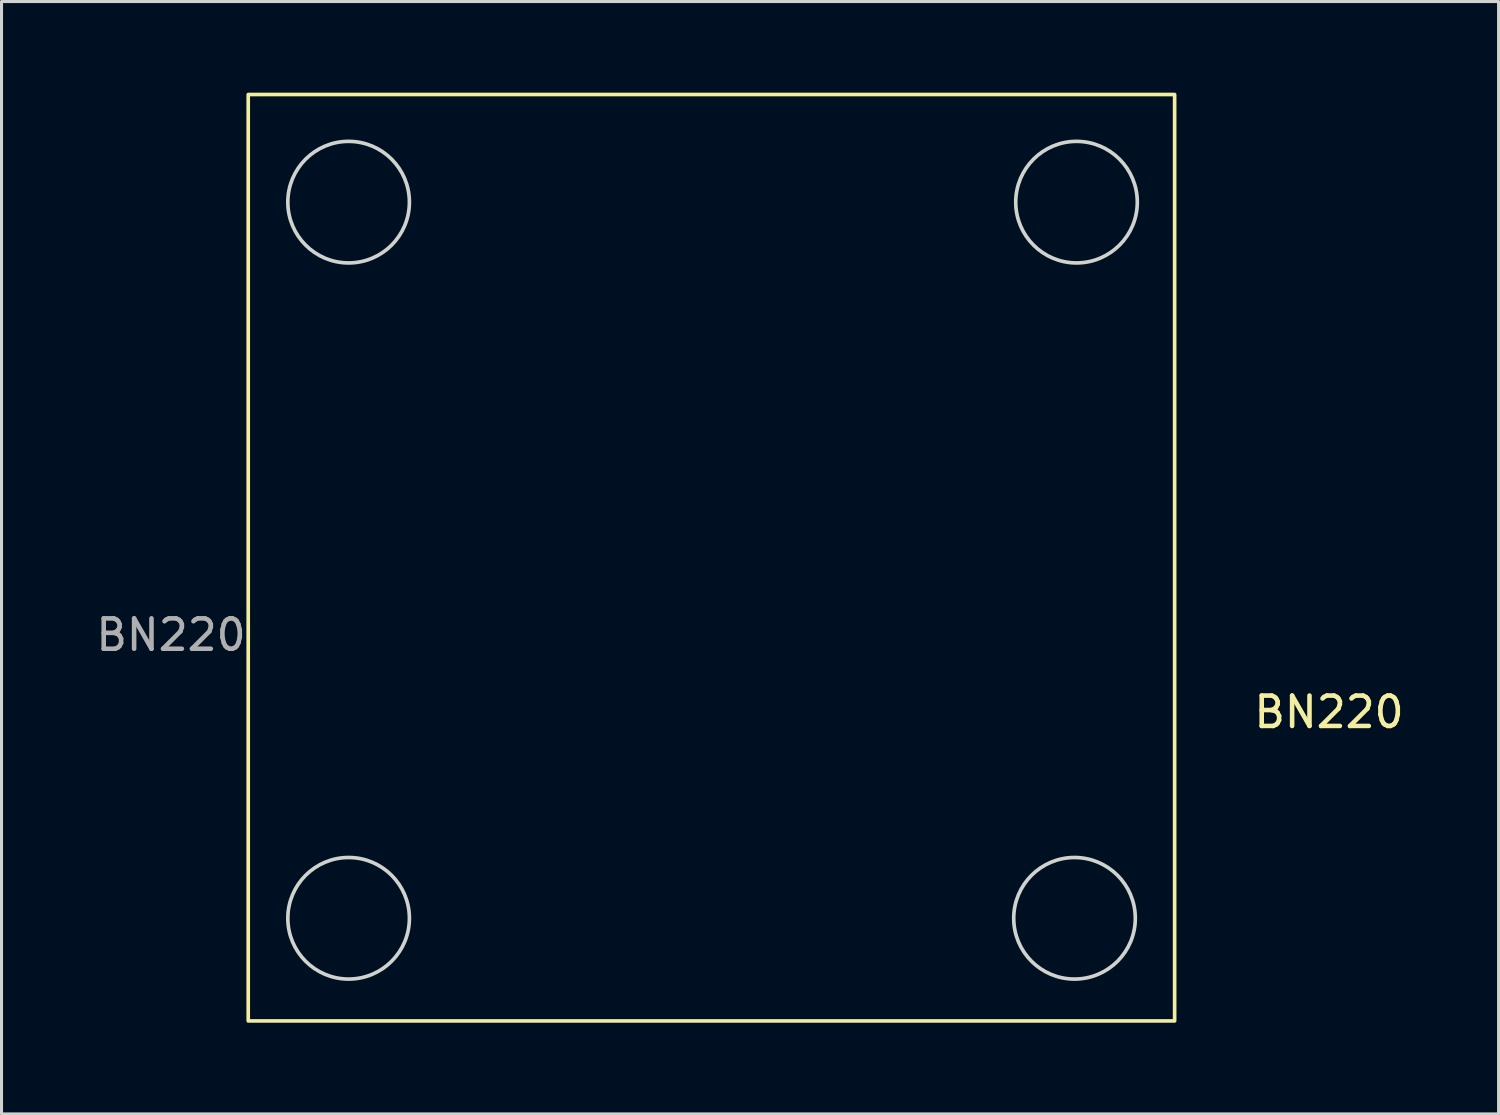
<source format=kicad_pcb>
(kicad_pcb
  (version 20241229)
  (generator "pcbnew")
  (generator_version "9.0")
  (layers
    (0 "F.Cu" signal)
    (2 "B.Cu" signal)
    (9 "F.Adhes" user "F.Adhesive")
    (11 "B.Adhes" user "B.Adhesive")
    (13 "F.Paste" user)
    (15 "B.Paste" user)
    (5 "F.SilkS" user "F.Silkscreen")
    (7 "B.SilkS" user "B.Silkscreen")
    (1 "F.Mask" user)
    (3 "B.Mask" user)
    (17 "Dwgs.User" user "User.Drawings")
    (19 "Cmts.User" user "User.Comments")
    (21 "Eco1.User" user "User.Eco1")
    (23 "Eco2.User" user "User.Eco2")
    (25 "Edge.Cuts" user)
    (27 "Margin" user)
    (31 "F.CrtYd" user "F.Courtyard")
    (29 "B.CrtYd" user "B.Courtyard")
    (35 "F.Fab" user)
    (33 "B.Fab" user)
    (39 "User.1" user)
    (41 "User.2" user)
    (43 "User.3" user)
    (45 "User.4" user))
  (footprint "BN220"
    (layer "F.Cu")
    (at 15.277 5.14)
    (property "Reference" "BN220" (at 25.4 15.24 0) (unlocked yes) (layer "F.SilkS") (effects (font (size 1 1) (thickness 0.15))))
    (attr smd)
    (fp_rect (start -10.16 -5.08) (end 20.32 25.4) (stroke (width 0.12) (type solid)) (fill no) (layer "F.SilkS"))
    (fp_circle (center -6.857 -1.539) (end -4.857 -1.539) (stroke (width 0.12) (type solid)) (fill no) (layer "Edge.Cuts"))
    (fp_circle (center -6.857 22.023) (end -4.857 22.023) (stroke (width 0.12) (type solid)) (fill no) (layer "Edge.Cuts"))
    (fp_circle (center 17.026 22.023) (end 19.026 22.023) (stroke (width 0.12) (type solid)) (fill no) (layer "Edge.Cuts"))
    (fp_circle (center 17.092 -1.539) (end 19.092 -1.539) (stroke (width 0.12) (type solid)) (fill no) (layer "Edge.Cuts"))
    (fp_text user "${REFERENCE}" (at -12.7 12.7 0) (unlocked yes) (layer "F.Fab") (effects (font (size 1 1) (thickness 0.15)))))
  (gr_rect
    (start -3 -3)
    (end 46.255 33.6)
    (stroke (width 0.1) (type default))
    (fill no)
    (layer "Edge.Cuts")))
</source>
